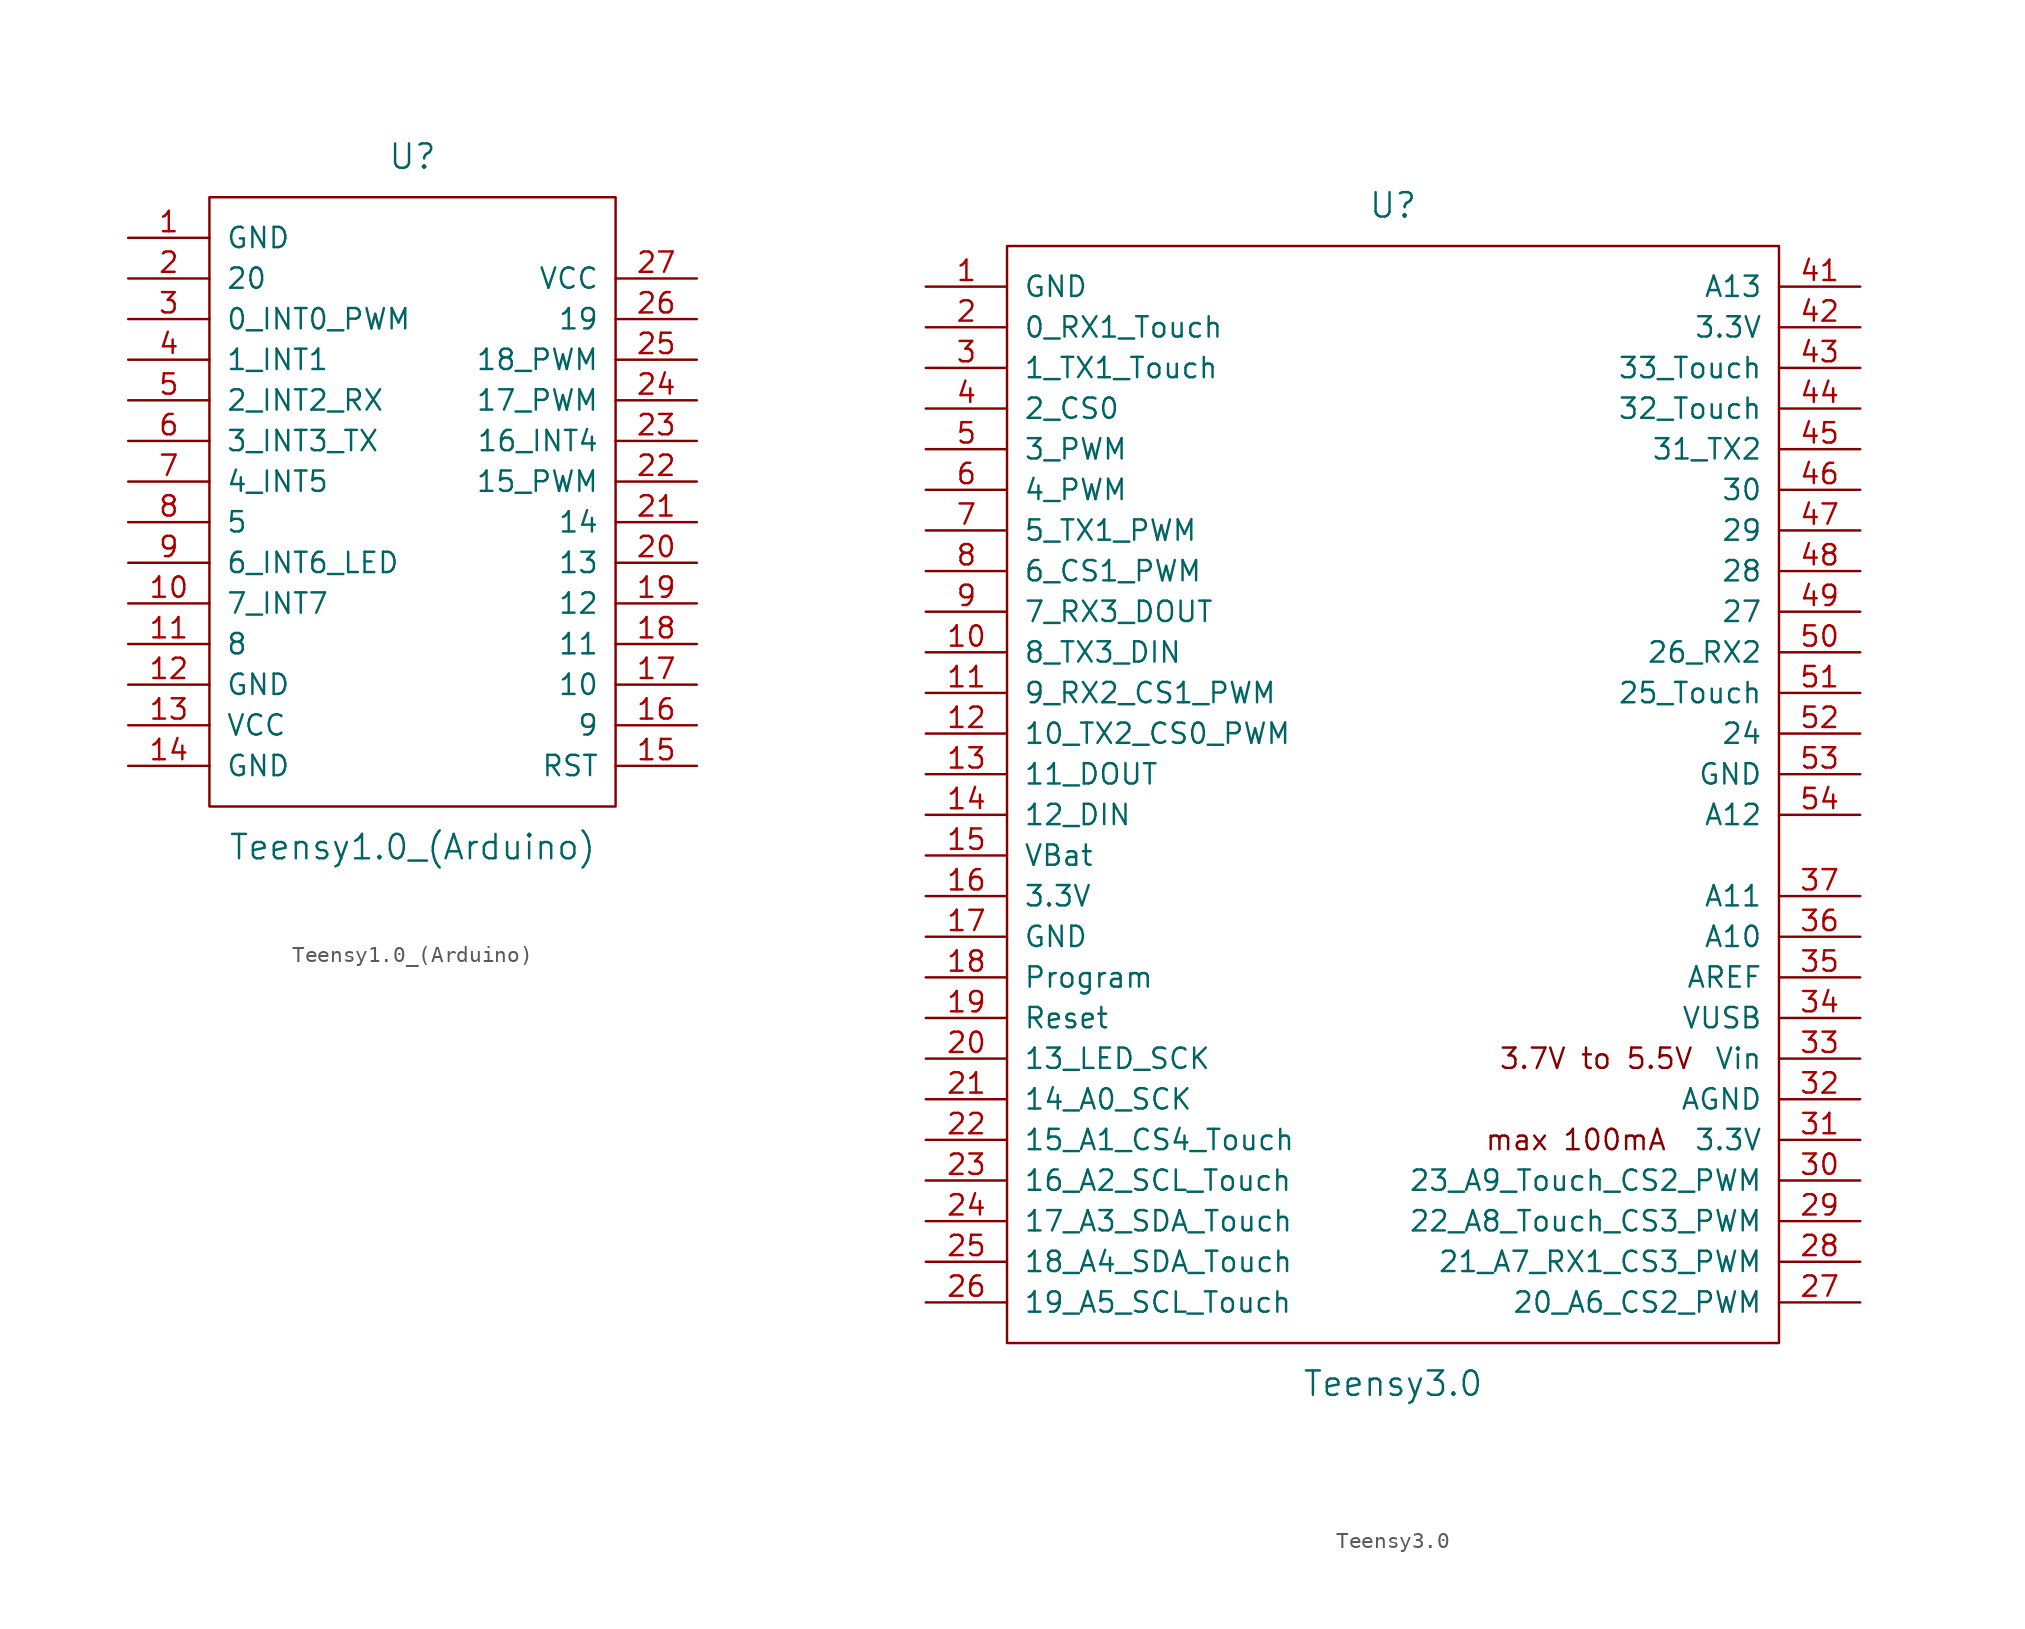
<source format=kicad_sym>
(kicad_symbol_lib
  (version 20231120)
  (generator "kicad_symbol_editor")
  (generator_version "8.0")
  (symbol "Teensy1.0_(Arduino)"
    (pin_names
      (offset 1.016))
    (property "Reference" "U"
      (at 0 21.59 0)
      (effects (font (size 1.524 1.524))))
    (property "Value" "Teensy1.0_(Arduino)"
      (at 0 -21.59 0)
      (effects (font (size 1.524 1.524))))
    (property "Footprint" ""
      (at 2.54 -21.59 0)
      (effects (font (size 1.524 1.524))))
    (property "Datasheet" ""
      (at 2.54 -21.59 0)
      (effects (font (size 1.524 1.524))))
    (symbol "Teensy1.0_(Arduino)_0_1"
      (rectangle (start -12.7 19.05) (end 12.7 -19.05) (stroke (width 0) (type solid)) (fill (type none))))
    (symbol "Teensy1.0_(Arduino)_1_1"
      (pin power_in line (at -17.78 16.51 0) (length 5.08) (name "GND" (effects (font (size 1.27 1.27)))) (number "1" (effects (font (size 1.27 1.27)))))
      (pin bidirectional line (at -17.78 -6.35 0) (length 5.08) (name "7_INT7" (effects (font (size 1.27 1.27)))) (number "10" (effects (font (size 1.27 1.27)))))
      (pin bidirectional line (at -17.78 -8.89 0) (length 5.08) (name "8" (effects (font (size 1.27 1.27)))) (number "11" (effects (font (size 1.27 1.27)))))
      (pin power_in line (at -17.78 -11.43 0) (length 5.08) (name "GND" (effects (font (size 1.27 1.27)))) (number "12" (effects (font (size 1.27 1.27)))))
      (pin power_in line (at -17.78 -13.97 0) (length 5.08) (name "VCC" (effects (font (size 1.27 1.27)))) (number "13" (effects (font (size 1.27 1.27)))))
      (pin power_in line (at -17.78 -16.51 0) (length 5.08) (name "GND" (effects (font (size 1.27 1.27)))) (number "14" (effects (font (size 1.27 1.27)))))
      (pin input line (at 17.78 -16.51 180) (length 5.08) (name "RST" (effects (font (size 1.27 1.27)))) (number "15" (effects (font (size 1.27 1.27)))))
      (pin bidirectional line (at 17.78 -13.97 180) (length 5.08) (name "9" (effects (font (size 1.27 1.27)))) (number "16" (effects (font (size 1.27 1.27)))))
      (pin bidirectional line (at 17.78 -11.43 180) (length 5.08) (name "10" (effects (font (size 1.27 1.27)))) (number "17" (effects (font (size 1.27 1.27)))))
      (pin bidirectional line (at 17.78 -8.89 180) (length 5.08) (name "11" (effects (font (size 1.27 1.27)))) (number "18" (effects (font (size 1.27 1.27)))))
      (pin bidirectional line (at 17.78 -6.35 180) (length 5.08) (name "12" (effects (font (size 1.27 1.27)))) (number "19" (effects (font (size 1.27 1.27)))))
      (pin bidirectional line (at -17.78 13.97 0) (length 5.08) (name "20" (effects (font (size 1.27 1.27)))) (number "2" (effects (font (size 1.27 1.27)))))
      (pin bidirectional line (at 17.78 -3.81 180) (length 5.08) (name "13" (effects (font (size 1.27 1.27)))) (number "20" (effects (font (size 1.27 1.27)))))
      (pin bidirectional line (at 17.78 -1.27 180) (length 5.08) (name "14" (effects (font (size 1.27 1.27)))) (number "21" (effects (font (size 1.27 1.27)))))
      (pin bidirectional line (at 17.78 1.27 180) (length 5.08) (name "15_PWM" (effects (font (size 1.27 1.27)))) (number "22" (effects (font (size 1.27 1.27)))))
      (pin bidirectional line (at 17.78 3.81 180) (length 5.08) (name "16_INT4" (effects (font (size 1.27 1.27)))) (number "23" (effects (font (size 1.27 1.27)))))
      (pin bidirectional line (at 17.78 6.35 180) (length 5.08) (name "17_PWM" (effects (font (size 1.27 1.27)))) (number "24" (effects (font (size 1.27 1.27)))))
      (pin bidirectional line (at 17.78 8.89 180) (length 5.08) (name "18_PWM" (effects (font (size 1.27 1.27)))) (number "25" (effects (font (size 1.27 1.27)))))
      (pin bidirectional line (at 17.78 11.43 180) (length 5.08) (name "19" (effects (font (size 1.27 1.27)))) (number "26" (effects (font (size 1.27 1.27)))))
      (pin power_in line (at 17.78 13.97 180) (length 5.08) (name "VCC" (effects (font (size 1.27 1.27)))) (number "27" (effects (font (size 1.27 1.27)))))
      (pin bidirectional line (at -17.78 11.43 0) (length 5.08) (name "0_INT0_PWM" (effects (font (size 1.27 1.27)))) (number "3" (effects (font (size 1.27 1.27)))))
      (pin bidirectional line (at -17.78 8.89 0) (length 5.08) (name "1_INT1" (effects (font (size 1.27 1.27)))) (number "4" (effects (font (size 1.27 1.27)))))
      (pin bidirectional line (at -17.78 6.35 0) (length 5.08) (name "2_INT2_RX" (effects (font (size 1.27 1.27)))) (number "5" (effects (font (size 1.27 1.27)))))
      (pin bidirectional line (at -17.78 3.81 0) (length 5.08) (name "3_INT3_TX" (effects (font (size 1.27 1.27)))) (number "6" (effects (font (size 1.27 1.27)))))
      (pin bidirectional line (at -17.78 1.27 0) (length 5.08) (name "4_INT5" (effects (font (size 1.27 1.27)))) (number "7" (effects (font (size 1.27 1.27)))))
      (pin bidirectional line (at -17.78 -1.27 0) (length 5.08) (name "5" (effects (font (size 1.27 1.27)))) (number "8" (effects (font (size 1.27 1.27)))))
      (pin bidirectional line (at -17.78 -3.81 0) (length 5.08) (name "6_INT6_LED" (effects (font (size 1.27 1.27)))) (number "9" (effects (font (size 1.27 1.27)))))))
  (symbol "Teensy3.0"
    (pin_names
      (offset 1.016))
    (property "Reference" "U"
      (at 0 36.83 0)
      (effects (font (size 1.524 1.524))))
    (property "Value" "Teensy3.0"
      (at 0 -36.83 0)
      (effects (font (size 1.524 1.524))))
    (property "Footprint" ""
      (at 0 -21.59 0)
      (effects (font (size 1.524 1.524))))
    (property "Datasheet" ""
      (at 0 -21.59 0)
      (effects (font (size 1.524 1.524))))
    (symbol "Teensy3.0_0_0"
      (text "3.7V to 5.5V" (at 12.7 -16.51 0) (effects (font (size 1.27 1.27))))
      (text "max 100mA" (at 11.43 -21.59 0) (effects (font (size 1.27 1.27)))))
    (symbol "Teensy3.0_0_1"
      (rectangle (start -24.13 34.29) (end 24.13 -34.29) (stroke (width 0) (type solid)) (fill (type none))))
    (symbol "Teensy3.0_1_1"
      (pin power_in line (at -29.21 31.75 0) (length 5.08) (name "GND" (effects (font (size 1.27 1.27)))) (number "1" (effects (font (size 1.27 1.27)))))
      (pin bidirectional line (at -29.21 8.89 0) (length 5.08) (name "8_TX3_DIN" (effects (font (size 1.27 1.27)))) (number "10" (effects (font (size 1.27 1.27)))))
      (pin bidirectional line (at -29.21 6.35 0) (length 5.08) (name "9_RX2_CS1_PWM" (effects (font (size 1.27 1.27)))) (number "11" (effects (font (size 1.27 1.27)))))
      (pin bidirectional line (at -29.21 3.81 0) (length 5.08) (name "10_TX2_CS0_PWM" (effects (font (size 1.27 1.27)))) (number "12" (effects (font (size 1.27 1.27)))))
      (pin bidirectional line (at -29.21 1.27 0) (length 5.08) (name "11_DOUT" (effects (font (size 1.27 1.27)))) (number "13" (effects (font (size 1.27 1.27)))))
      (pin bidirectional line (at -29.21 -1.27 0) (length 5.08) (name "12_DIN" (effects (font (size 1.27 1.27)))) (number "14" (effects (font (size 1.27 1.27)))))
      (pin power_in line (at -29.21 -3.81 0) (length 5.08) (name "VBat" (effects (font (size 1.27 1.27)))) (number "15" (effects (font (size 1.27 1.27)))))
      (pin power_in line (at -29.21 -6.35 0) (length 5.08) (name "3.3V" (effects (font (size 1.27 1.27)))) (number "16" (effects (font (size 1.27 1.27)))))
      (pin power_in line (at -29.21 -8.89 0) (length 5.08) (name "GND" (effects (font (size 1.27 1.27)))) (number "17" (effects (font (size 1.27 1.27)))))
      (pin input line (at -29.21 -11.43 0) (length 5.08) (name "Program" (effects (font (size 1.27 1.27)))) (number "18" (effects (font (size 1.27 1.27)))))
      (pin input line (at -29.21 -13.97 0) (length 5.08) (name "Reset" (effects (font (size 1.27 1.27)))) (number "19" (effects (font (size 1.27 1.27)))))
      (pin bidirectional line (at -29.21 29.21 0) (length 5.08) (name "0_RX1_Touch" (effects (font (size 1.27 1.27)))) (number "2" (effects (font (size 1.27 1.27)))))
      (pin bidirectional line (at -29.21 -16.51 0) (length 5.08) (name "13_LED_SCK" (effects (font (size 1.27 1.27)))) (number "20" (effects (font (size 1.27 1.27)))))
      (pin bidirectional line (at -29.21 -19.05 0) (length 5.08) (name "14_A0_SCK" (effects (font (size 1.27 1.27)))) (number "21" (effects (font (size 1.27 1.27)))))
      (pin bidirectional line (at -29.21 -21.59 0) (length 5.08) (name "15_A1_CS4_Touch" (effects (font (size 1.27 1.27)))) (number "22" (effects (font (size 1.27 1.27)))))
      (pin bidirectional line (at -29.21 -24.13 0) (length 5.08) (name "16_A2_SCL_Touch" (effects (font (size 1.27 1.27)))) (number "23" (effects (font (size 1.27 1.27)))))
      (pin bidirectional line (at -29.21 -26.67 0) (length 5.08) (name "17_A3_SDA_Touch" (effects (font (size 1.27 1.27)))) (number "24" (effects (font (size 1.27 1.27)))))
      (pin bidirectional line (at -29.21 -29.21 0) (length 5.08) (name "18_A4_SDA_Touch" (effects (font (size 1.27 1.27)))) (number "25" (effects (font (size 1.27 1.27)))))
      (pin bidirectional line (at -29.21 -31.75 0) (length 5.08) (name "19_A5_SCL_Touch" (effects (font (size 1.27 1.27)))) (number "26" (effects (font (size 1.27 1.27)))))
      (pin bidirectional line (at 29.21 -31.75 180) (length 5.08) (name "20_A6_CS2_PWM" (effects (font (size 1.27 1.27)))) (number "27" (effects (font (size 1.27 1.27)))))
      (pin bidirectional line (at 29.21 -29.21 180) (length 5.08) (name "21_A7_RX1_CS3_PWM" (effects (font (size 1.27 1.27)))) (number "28" (effects (font (size 1.27 1.27)))))
      (pin bidirectional line (at 29.21 -26.67 180) (length 5.08) (name "22_A8_Touch_CS3_PWM" (effects (font (size 1.27 1.27)))) (number "29" (effects (font (size 1.27 1.27)))))
      (pin bidirectional line (at -29.21 26.67 0) (length 5.08) (name "1_TX1_Touch" (effects (font (size 1.27 1.27)))) (number "3" (effects (font (size 1.27 1.27)))))
      (pin bidirectional line (at 29.21 -24.13 180) (length 5.08) (name "23_A9_Touch_CS2_PWM" (effects (font (size 1.27 1.27)))) (number "30" (effects (font (size 1.27 1.27)))))
      (pin power_out line (at 29.21 -21.59 180) (length 5.08) (name "3.3V" (effects (font (size 1.27 1.27)))) (number "31" (effects (font (size 1.27 1.27)))))
      (pin power_out line (at 29.21 -19.05 180) (length 5.08) (name "AGND" (effects (font (size 1.27 1.27)))) (number "32" (effects (font (size 1.27 1.27)))))
      (pin power_in line (at 29.21 -16.51 180) (length 5.08) (name "Vin" (effects (font (size 1.27 1.27)))) (number "33" (effects (font (size 1.27 1.27)))))
      (pin power_in line (at 29.21 -13.97 180) (length 5.08) (name "VUSB" (effects (font (size 1.27 1.27)))) (number "34" (effects (font (size 1.27 1.27)))))
      (pin input line (at 29.21 -11.43 180) (length 5.08) (name "AREF" (effects (font (size 1.27 1.27)))) (number "35" (effects (font (size 1.27 1.27)))))
      (pin bidirectional line (at 29.21 -8.89 180) (length 5.08) (name "A10" (effects (font (size 1.27 1.27)))) (number "36" (effects (font (size 1.27 1.27)))))
      (pin bidirectional line (at 29.21 -6.35 180) (length 5.08) (name "A11" (effects (font (size 1.27 1.27)))) (number "37" (effects (font (size 1.27 1.27)))))
      (pin bidirectional line (at -29.21 24.13 0) (length 5.08) (name "2_CS0" (effects (font (size 1.27 1.27)))) (number "4" (effects (font (size 1.27 1.27)))))
      (pin bidirectional line (at 29.21 31.75 180) (length 5.08) (name "A13" (effects (font (size 1.27 1.27)))) (number "41" (effects (font (size 1.27 1.27)))))
      (pin power_in line (at 29.21 29.21 180) (length 5.08) (name "3.3V" (effects (font (size 1.27 1.27)))) (number "42" (effects (font (size 1.27 1.27)))))
      (pin bidirectional line (at 29.21 26.67 180) (length 5.08) (name "33_Touch" (effects (font (size 1.27 1.27)))) (number "43" (effects (font (size 1.27 1.27)))))
      (pin bidirectional line (at 29.21 24.13 180) (length 5.08) (name "32_Touch" (effects (font (size 1.27 1.27)))) (number "44" (effects (font (size 1.27 1.27)))))
      (pin bidirectional line (at 29.21 21.59 180) (length 5.08) (name "31_TX2" (effects (font (size 1.27 1.27)))) (number "45" (effects (font (size 1.27 1.27)))))
      (pin bidirectional line (at 29.21 19.05 180) (length 5.08) (name "30" (effects (font (size 1.27 1.27)))) (number "46" (effects (font (size 1.27 1.27)))))
      (pin bidirectional line (at 29.21 16.51 180) (length 5.08) (name "29" (effects (font (size 1.27 1.27)))) (number "47" (effects (font (size 1.27 1.27)))))
      (pin bidirectional line (at 29.21 13.97 180) (length 5.08) (name "28" (effects (font (size 1.27 1.27)))) (number "48" (effects (font (size 1.27 1.27)))))
      (pin bidirectional line (at 29.21 11.43 180) (length 5.08) (name "27" (effects (font (size 1.27 1.27)))) (number "49" (effects (font (size 1.27 1.27)))))
      (pin bidirectional line (at -29.21 21.59 0) (length 5.08) (name "3_PWM" (effects (font (size 1.27 1.27)))) (number "5" (effects (font (size 1.27 1.27)))))
      (pin bidirectional line (at 29.21 8.89 180) (length 5.08) (name "26_RX2" (effects (font (size 1.27 1.27)))) (number "50" (effects (font (size 1.27 1.27)))))
      (pin bidirectional line (at 29.21 6.35 180) (length 5.08) (name "25_Touch" (effects (font (size 1.27 1.27)))) (number "51" (effects (font (size 1.27 1.27)))))
      (pin bidirectional line (at 29.21 3.81 180) (length 5.08) (name "24" (effects (font (size 1.27 1.27)))) (number "52" (effects (font (size 1.27 1.27)))))
      (pin power_in line (at 29.21 1.27 180) (length 5.08) (name "GND" (effects (font (size 1.27 1.27)))) (number "53" (effects (font (size 1.27 1.27)))))
      (pin bidirectional line (at 29.21 -1.27 180) (length 5.08) (name "A12" (effects (font (size 1.27 1.27)))) (number "54" (effects (font (size 1.27 1.27)))))
      (pin bidirectional line (at -29.21 19.05 0) (length 5.08) (name "4_PWM" (effects (font (size 1.27 1.27)))) (number "6" (effects (font (size 1.27 1.27)))))
      (pin bidirectional line (at -29.21 16.51 0) (length 5.08) (name "5_TX1_PWM" (effects (font (size 1.27 1.27)))) (number "7" (effects (font (size 1.27 1.27)))))
      (pin bidirectional line (at -29.21 13.97 0) (length 5.08) (name "6_CS1_PWM" (effects (font (size 1.27 1.27)))) (number "8" (effects (font (size 1.27 1.27)))))
      (pin bidirectional line (at -29.21 11.43 0) (length 5.08) (name "7_RX3_DOUT" (effects (font (size 1.27 1.27)))) (number "9" (effects (font (size 1.27 1.27))))))))
</source>
